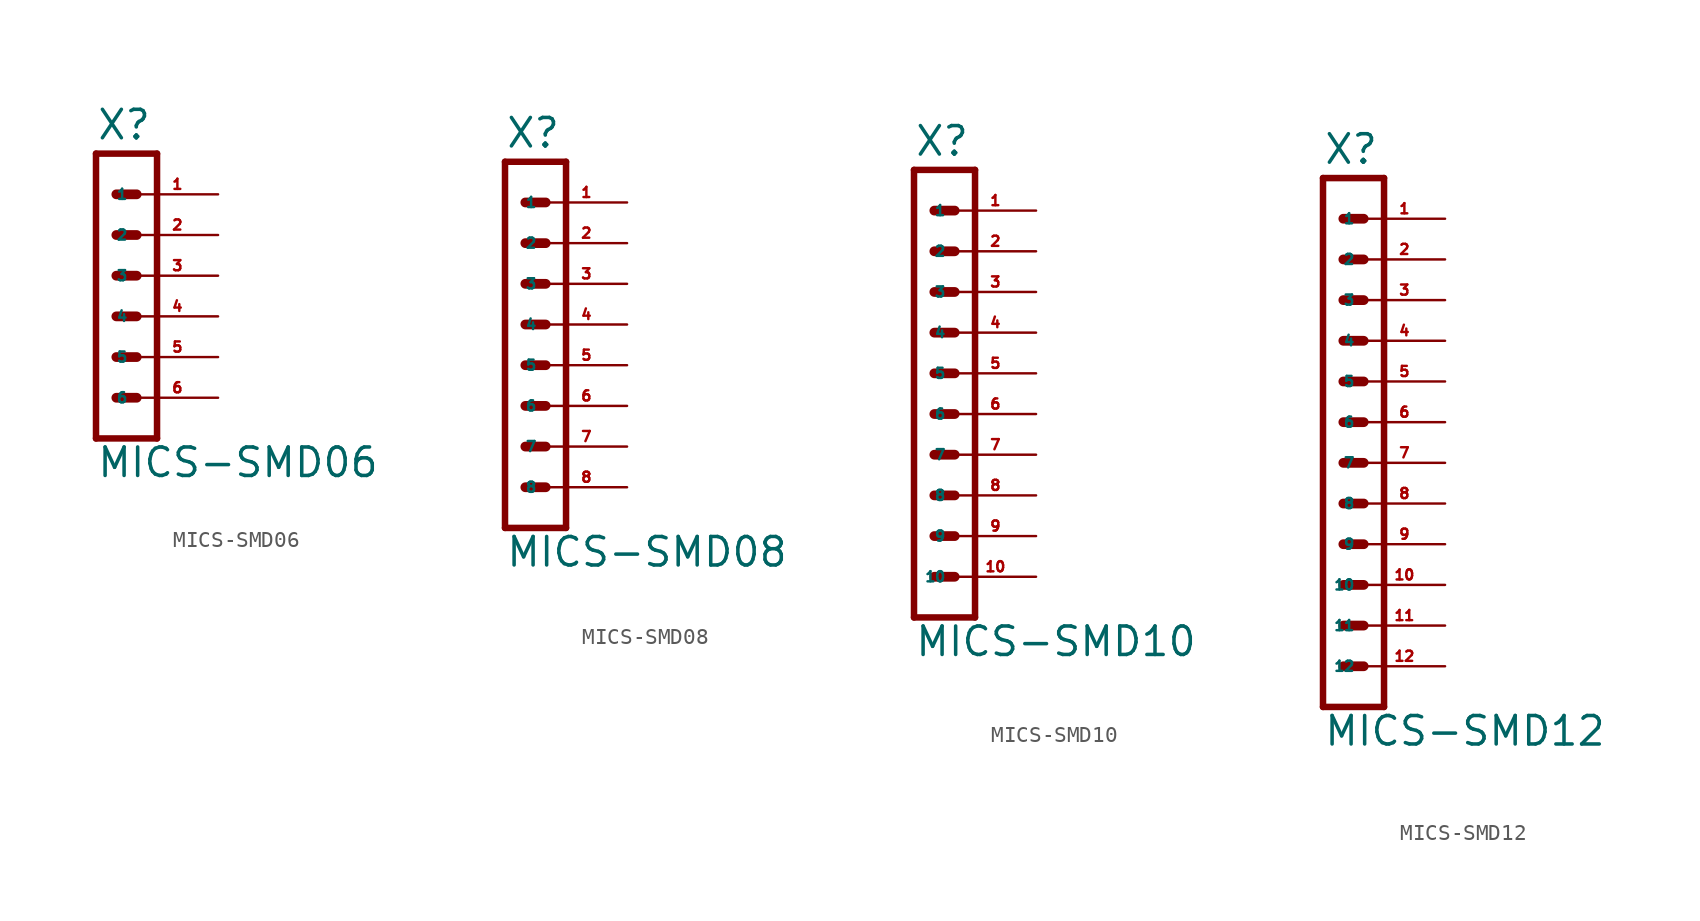
<source format=kicad_sym>
(kicad_symbol_lib
  (version 20220914)
  (generator Eagle2Kicad)
  (symbol "MICS-SMD06"
    (property "Reference" "X"
      (at -2.54 8.382 0)
      (effects (font (size 1.778 1.778) (thickness 0.22)) (justify left bottom)))
    (property "Value" "MICS-SMD06"
      (at -2.54 -12.7 0)
      (effects (font (size 1.778 1.778) (thickness 0.22)) (justify left bottom)))
    (polyline
      (pts (xy 1.27 -10.16) (xy -2.54 -10.16))
      (stroke (width 0.406) (type default))
      (fill (type none)))
    (polyline
      (pts (xy -1.27 2.54) (xy 0 2.54))
      (stroke (width 0.61) (type default))
      (fill (type none)))
    (polyline
      (pts (xy -1.27 0) (xy 0 0))
      (stroke (width 0.61) (type default))
      (fill (type none)))
    (polyline
      (pts (xy -1.27 -2.54) (xy 0 -2.54))
      (stroke (width 0.61) (type default))
      (fill (type none)))
    (polyline
      (pts (xy -2.54 7.62) (xy -2.54 -10.16))
      (stroke (width 0.406) (type default))
      (fill (type none)))
    (polyline
      (pts (xy 1.27 -10.16) (xy 1.27 7.62))
      (stroke (width 0.406) (type default))
      (fill (type none)))
    (polyline
      (pts (xy -2.54 7.62) (xy 1.27 7.62))
      (stroke (width 0.406) (type default))
      (fill (type none)))
    (polyline
      (pts (xy -1.27 5.08) (xy 0 5.08))
      (stroke (width 0.61) (type default))
      (fill (type none)))
    (polyline
      (pts (xy -1.27 -5.08) (xy 0 -5.08))
      (stroke (width 0.61) (type default))
      (fill (type none)))
    (polyline
      (pts (xy -1.27 -7.62) (xy 0 -7.62))
      (stroke (width 0.61) (type default))
      (fill (type none)))
    (pin passive line
      (at 5.08 5.08 180)
      (length 5.08)
      (name "1" (effects (font (size 0.635 0.635) (thickness 0.08)) (justify left bottom)))
      (number "1" (effects (font (size 0.635 0.635) (thickness 0.08)) (justify left bottom))))
    (pin passive line
      (at 5.08 2.54 180)
      (length 5.08)
      (name "2" (effects (font (size 0.635 0.635) (thickness 0.08)) (justify left bottom)))
      (number "2" (effects (font (size 0.635 0.635) (thickness 0.08)) (justify left bottom))))
    (pin passive line
      (at 5.08 0 180)
      (length 5.08)
      (name "3" (effects (font (size 0.635 0.635) (thickness 0.08)) (justify left bottom)))
      (number "3" (effects (font (size 0.635 0.635) (thickness 0.08)) (justify left bottom))))
    (pin passive line
      (at 5.08 -2.54 180)
      (length 5.08)
      (name "4" (effects (font (size 0.635 0.635) (thickness 0.08)) (justify left bottom)))
      (number "4" (effects (font (size 0.635 0.635) (thickness 0.08)) (justify left bottom))))
    (pin passive line
      (at 5.08 -5.08 180)
      (length 5.08)
      (name "5" (effects (font (size 0.635 0.635) (thickness 0.08)) (justify left bottom)))
      (number "5" (effects (font (size 0.635 0.635) (thickness 0.08)) (justify left bottom))))
    (pin passive line
      (at 5.08 -7.62 180)
      (length 5.08)
      (name "6" (effects (font (size 0.635 0.635) (thickness 0.08)) (justify left bottom)))
      (number "6" (effects (font (size 0.635 0.635) (thickness 0.08)) (justify left bottom)))))
  (symbol "MICS-SMD08"
    (property "Reference" "X"
      (at -2.54 10.922 0)
      (effects (font (size 1.778 1.778) (thickness 0.22)) (justify left bottom)))
    (property "Value" "MICS-SMD08"
      (at -2.54 -15.24 0)
      (effects (font (size 1.778 1.778) (thickness 0.22)) (justify left bottom)))
    (polyline
      (pts (xy 1.27 -12.7) (xy -2.54 -12.7))
      (stroke (width 0.406) (type default))
      (fill (type none)))
    (polyline
      (pts (xy -1.27 5.08) (xy 0 5.08))
      (stroke (width 0.61) (type default))
      (fill (type none)))
    (polyline
      (pts (xy -1.27 2.54) (xy 0 2.54))
      (stroke (width 0.61) (type default))
      (fill (type none)))
    (polyline
      (pts (xy -1.27 0) (xy 0 0))
      (stroke (width 0.61) (type default))
      (fill (type none)))
    (polyline
      (pts (xy -2.54 10.16) (xy -2.54 -12.7))
      (stroke (width 0.406) (type default))
      (fill (type none)))
    (polyline
      (pts (xy 1.27 -12.7) (xy 1.27 10.16))
      (stroke (width 0.406) (type default))
      (fill (type none)))
    (polyline
      (pts (xy -2.54 10.16) (xy 1.27 10.16))
      (stroke (width 0.406) (type default))
      (fill (type none)))
    (polyline
      (pts (xy -1.27 7.62) (xy 0 7.62))
      (stroke (width 0.61) (type default))
      (fill (type none)))
    (polyline
      (pts (xy -1.27 -2.54) (xy 0 -2.54))
      (stroke (width 0.61) (type default))
      (fill (type none)))
    (polyline
      (pts (xy -1.27 -5.08) (xy 0 -5.08))
      (stroke (width 0.61) (type default))
      (fill (type none)))
    (polyline
      (pts (xy -1.27 -7.62) (xy 0 -7.62))
      (stroke (width 0.61) (type default))
      (fill (type none)))
    (polyline
      (pts (xy -1.27 -10.16) (xy 0 -10.16))
      (stroke (width 0.61) (type default))
      (fill (type none)))
    (pin passive line
      (at 5.08 7.62 180)
      (length 5.08)
      (name "1" (effects (font (size 0.635 0.635) (thickness 0.08)) (justify left bottom)))
      (number "1" (effects (font (size 0.635 0.635) (thickness 0.08)) (justify left bottom))))
    (pin passive line
      (at 5.08 5.08 180)
      (length 5.08)
      (name "2" (effects (font (size 0.635 0.635) (thickness 0.08)) (justify left bottom)))
      (number "2" (effects (font (size 0.635 0.635) (thickness 0.08)) (justify left bottom))))
    (pin passive line
      (at 5.08 2.54 180)
      (length 5.08)
      (name "3" (effects (font (size 0.635 0.635) (thickness 0.08)) (justify left bottom)))
      (number "3" (effects (font (size 0.635 0.635) (thickness 0.08)) (justify left bottom))))
    (pin passive line
      (at 5.08 0 180)
      (length 5.08)
      (name "4" (effects (font (size 0.635 0.635) (thickness 0.08)) (justify left bottom)))
      (number "4" (effects (font (size 0.635 0.635) (thickness 0.08)) (justify left bottom))))
    (pin passive line
      (at 5.08 -2.54 180)
      (length 5.08)
      (name "5" (effects (font (size 0.635 0.635) (thickness 0.08)) (justify left bottom)))
      (number "5" (effects (font (size 0.635 0.635) (thickness 0.08)) (justify left bottom))))
    (pin passive line
      (at 5.08 -5.08 180)
      (length 5.08)
      (name "6" (effects (font (size 0.635 0.635) (thickness 0.08)) (justify left bottom)))
      (number "6" (effects (font (size 0.635 0.635) (thickness 0.08)) (justify left bottom))))
    (pin passive line
      (at 5.08 -7.62 180)
      (length 5.08)
      (name "7" (effects (font (size 0.635 0.635) (thickness 0.08)) (justify left bottom)))
      (number "7" (effects (font (size 0.635 0.635) (thickness 0.08)) (justify left bottom))))
    (pin passive line
      (at 5.08 -10.16 180)
      (length 5.08)
      (name "8" (effects (font (size 0.635 0.635) (thickness 0.08)) (justify left bottom)))
      (number "8" (effects (font (size 0.635 0.635) (thickness 0.08)) (justify left bottom)))))
  (symbol "MICS-SMD10"
    (property "Reference" "X"
      (at -2.54 13.462 0)
      (effects (font (size 1.778 1.778) (thickness 0.22)) (justify left bottom)))
    (property "Value" "MICS-SMD10"
      (at -2.54 -17.78 0)
      (effects (font (size 1.778 1.778) (thickness 0.22)) (justify left bottom)))
    (polyline
      (pts (xy 1.27 -15.24) (xy -2.54 -15.24))
      (stroke (width 0.406) (type default))
      (fill (type none)))
    (polyline
      (pts (xy -1.27 7.62) (xy 0 7.62))
      (stroke (width 0.61) (type default))
      (fill (type none)))
    (polyline
      (pts (xy -1.27 5.08) (xy 0 5.08))
      (stroke (width 0.61) (type default))
      (fill (type none)))
    (polyline
      (pts (xy -1.27 2.54) (xy 0 2.54))
      (stroke (width 0.61) (type default))
      (fill (type none)))
    (polyline
      (pts (xy -2.54 12.7) (xy -2.54 -15.24))
      (stroke (width 0.406) (type default))
      (fill (type none)))
    (polyline
      (pts (xy 1.27 -15.24) (xy 1.27 12.7))
      (stroke (width 0.406) (type default))
      (fill (type none)))
    (polyline
      (pts (xy -2.54 12.7) (xy 1.27 12.7))
      (stroke (width 0.406) (type default))
      (fill (type none)))
    (polyline
      (pts (xy -1.27 10.16) (xy 0 10.16))
      (stroke (width 0.61) (type default))
      (fill (type none)))
    (polyline
      (pts (xy -1.27 0) (xy 0 0))
      (stroke (width 0.61) (type default))
      (fill (type none)))
    (polyline
      (pts (xy -1.27 -2.54) (xy 0 -2.54))
      (stroke (width 0.61) (type default))
      (fill (type none)))
    (polyline
      (pts (xy -1.27 -5.08) (xy 0 -5.08))
      (stroke (width 0.61) (type default))
      (fill (type none)))
    (polyline
      (pts (xy -1.27 -7.62) (xy 0 -7.62))
      (stroke (width 0.61) (type default))
      (fill (type none)))
    (polyline
      (pts (xy -1.27 -10.16) (xy 0 -10.16))
      (stroke (width 0.61) (type default))
      (fill (type none)))
    (polyline
      (pts (xy -1.27 -12.7) (xy 0 -12.7))
      (stroke (width 0.61) (type default))
      (fill (type none)))
    (pin passive line
      (at 5.08 10.16 180)
      (length 5.08)
      (name "1" (effects (font (size 0.635 0.635) (thickness 0.08)) (justify left bottom)))
      (number "1" (effects (font (size 0.635 0.635) (thickness 0.08)) (justify left bottom))))
    (pin passive line
      (at 5.08 7.62 180)
      (length 5.08)
      (name "2" (effects (font (size 0.635 0.635) (thickness 0.08)) (justify left bottom)))
      (number "2" (effects (font (size 0.635 0.635) (thickness 0.08)) (justify left bottom))))
    (pin passive line
      (at 5.08 5.08 180)
      (length 5.08)
      (name "3" (effects (font (size 0.635 0.635) (thickness 0.08)) (justify left bottom)))
      (number "3" (effects (font (size 0.635 0.635) (thickness 0.08)) (justify left bottom))))
    (pin passive line
      (at 5.08 2.54 180)
      (length 5.08)
      (name "4" (effects (font (size 0.635 0.635) (thickness 0.08)) (justify left bottom)))
      (number "4" (effects (font (size 0.635 0.635) (thickness 0.08)) (justify left bottom))))
    (pin passive line
      (at 5.08 0 180)
      (length 5.08)
      (name "5" (effects (font (size 0.635 0.635) (thickness 0.08)) (justify left bottom)))
      (number "5" (effects (font (size 0.635 0.635) (thickness 0.08)) (justify left bottom))))
    (pin passive line
      (at 5.08 -2.54 180)
      (length 5.08)
      (name "6" (effects (font (size 0.635 0.635) (thickness 0.08)) (justify left bottom)))
      (number "6" (effects (font (size 0.635 0.635) (thickness 0.08)) (justify left bottom))))
    (pin passive line
      (at 5.08 -5.08 180)
      (length 5.08)
      (name "7" (effects (font (size 0.635 0.635) (thickness 0.08)) (justify left bottom)))
      (number "7" (effects (font (size 0.635 0.635) (thickness 0.08)) (justify left bottom))))
    (pin passive line
      (at 5.08 -7.62 180)
      (length 5.08)
      (name "8" (effects (font (size 0.635 0.635) (thickness 0.08)) (justify left bottom)))
      (number "8" (effects (font (size 0.635 0.635) (thickness 0.08)) (justify left bottom))))
    (pin passive line
      (at 5.08 -10.16 180)
      (length 5.08)
      (name "9" (effects (font (size 0.635 0.635) (thickness 0.08)) (justify left bottom)))
      (number "9" (effects (font (size 0.635 0.635) (thickness 0.08)) (justify left bottom))))
    (pin passive line
      (at 5.08 -12.7 180)
      (length 5.08)
      (name "10" (effects (font (size 0.635 0.635) (thickness 0.08)) (justify left bottom)))
      (number "10" (effects (font (size 0.635 0.635) (thickness 0.08)) (justify left bottom)))))
  (symbol "MICS-SMD12"
    (property "Reference" "X"
      (at -2.54 16.002 0)
      (effects (font (size 1.778 1.778) (thickness 0.22)) (justify left bottom)))
    (property "Value" "MICS-SMD12"
      (at -2.54 -20.32 0)
      (effects (font (size 1.778 1.778) (thickness 0.22)) (justify left bottom)))
    (polyline
      (pts (xy 1.27 -17.78) (xy -2.54 -17.78))
      (stroke (width 0.406) (type default))
      (fill (type none)))
    (polyline
      (pts (xy -1.27 10.16) (xy 0 10.16))
      (stroke (width 0.61) (type default))
      (fill (type none)))
    (polyline
      (pts (xy -1.27 7.62) (xy 0 7.62))
      (stroke (width 0.61) (type default))
      (fill (type none)))
    (polyline
      (pts (xy -1.27 5.08) (xy 0 5.08))
      (stroke (width 0.61) (type default))
      (fill (type none)))
    (polyline
      (pts (xy -2.54 15.24) (xy -2.54 -17.78))
      (stroke (width 0.406) (type default))
      (fill (type none)))
    (polyline
      (pts (xy 1.27 -17.78) (xy 1.27 15.24))
      (stroke (width 0.406) (type default))
      (fill (type none)))
    (polyline
      (pts (xy -2.54 15.24) (xy 1.27 15.24))
      (stroke (width 0.406) (type default))
      (fill (type none)))
    (polyline
      (pts (xy -1.27 12.7) (xy 0 12.7))
      (stroke (width 0.61) (type default))
      (fill (type none)))
    (polyline
      (pts (xy -1.27 2.54) (xy 0 2.54))
      (stroke (width 0.61) (type default))
      (fill (type none)))
    (polyline
      (pts (xy -1.27 0) (xy 0 0))
      (stroke (width 0.61) (type default))
      (fill (type none)))
    (polyline
      (pts (xy -1.27 -2.54) (xy 0 -2.54))
      (stroke (width 0.61) (type default))
      (fill (type none)))
    (polyline
      (pts (xy -1.27 -5.08) (xy 0 -5.08))
      (stroke (width 0.61) (type default))
      (fill (type none)))
    (polyline
      (pts (xy -1.27 -7.62) (xy 0 -7.62))
      (stroke (width 0.61) (type default))
      (fill (type none)))
    (polyline
      (pts (xy -1.27 -10.16) (xy 0 -10.16))
      (stroke (width 0.61) (type default))
      (fill (type none)))
    (polyline
      (pts (xy -1.27 -12.7) (xy 0 -12.7))
      (stroke (width 0.61) (type default))
      (fill (type none)))
    (polyline
      (pts (xy -1.27 -15.24) (xy 0 -15.24))
      (stroke (width 0.61) (type default))
      (fill (type none)))
    (pin passive line
      (at 5.08 12.7 180)
      (length 5.08)
      (name "1" (effects (font (size 0.635 0.635) (thickness 0.08)) (justify left bottom)))
      (number "1" (effects (font (size 0.635 0.635) (thickness 0.08)) (justify left bottom))))
    (pin passive line
      (at 5.08 10.16 180)
      (length 5.08)
      (name "2" (effects (font (size 0.635 0.635) (thickness 0.08)) (justify left bottom)))
      (number "2" (effects (font (size 0.635 0.635) (thickness 0.08)) (justify left bottom))))
    (pin passive line
      (at 5.08 7.62 180)
      (length 5.08)
      (name "3" (effects (font (size 0.635 0.635) (thickness 0.08)) (justify left bottom)))
      (number "3" (effects (font (size 0.635 0.635) (thickness 0.08)) (justify left bottom))))
    (pin passive line
      (at 5.08 5.08 180)
      (length 5.08)
      (name "4" (effects (font (size 0.635 0.635) (thickness 0.08)) (justify left bottom)))
      (number "4" (effects (font (size 0.635 0.635) (thickness 0.08)) (justify left bottom))))
    (pin passive line
      (at 5.08 2.54 180)
      (length 5.08)
      (name "5" (effects (font (size 0.635 0.635) (thickness 0.08)) (justify left bottom)))
      (number "5" (effects (font (size 0.635 0.635) (thickness 0.08)) (justify left bottom))))
    (pin passive line
      (at 5.08 0 180)
      (length 5.08)
      (name "6" (effects (font (size 0.635 0.635) (thickness 0.08)) (justify left bottom)))
      (number "6" (effects (font (size 0.635 0.635) (thickness 0.08)) (justify left bottom))))
    (pin passive line
      (at 5.08 -2.54 180)
      (length 5.08)
      (name "7" (effects (font (size 0.635 0.635) (thickness 0.08)) (justify left bottom)))
      (number "7" (effects (font (size 0.635 0.635) (thickness 0.08)) (justify left bottom))))
    (pin passive line
      (at 5.08 -5.08 180)
      (length 5.08)
      (name "8" (effects (font (size 0.635 0.635) (thickness 0.08)) (justify left bottom)))
      (number "8" (effects (font (size 0.635 0.635) (thickness 0.08)) (justify left bottom))))
    (pin passive line
      (at 5.08 -7.62 180)
      (length 5.08)
      (name "9" (effects (font (size 0.635 0.635) (thickness 0.08)) (justify left bottom)))
      (number "9" (effects (font (size 0.635 0.635) (thickness 0.08)) (justify left bottom))))
    (pin passive line
      (at 5.08 -10.16 180)
      (length 5.08)
      (name "10" (effects (font (size 0.635 0.635) (thickness 0.08)) (justify left bottom)))
      (number "10" (effects (font (size 0.635 0.635) (thickness 0.08)) (justify left bottom))))
    (pin passive line
      (at 5.08 -12.7 180)
      (length 5.08)
      (name "11" (effects (font (size 0.635 0.635) (thickness 0.08)) (justify left bottom)))
      (number "11" (effects (font (size 0.635 0.635) (thickness 0.08)) (justify left bottom))))
    (pin passive line
      (at 5.08 -15.24 180)
      (length 5.08)
      (name "12" (effects (font (size 0.635 0.635) (thickness 0.08)) (justify left bottom)))
      (number "12" (effects (font (size 0.635 0.635) (thickness 0.08)) (justify left bottom))))))
</source>
